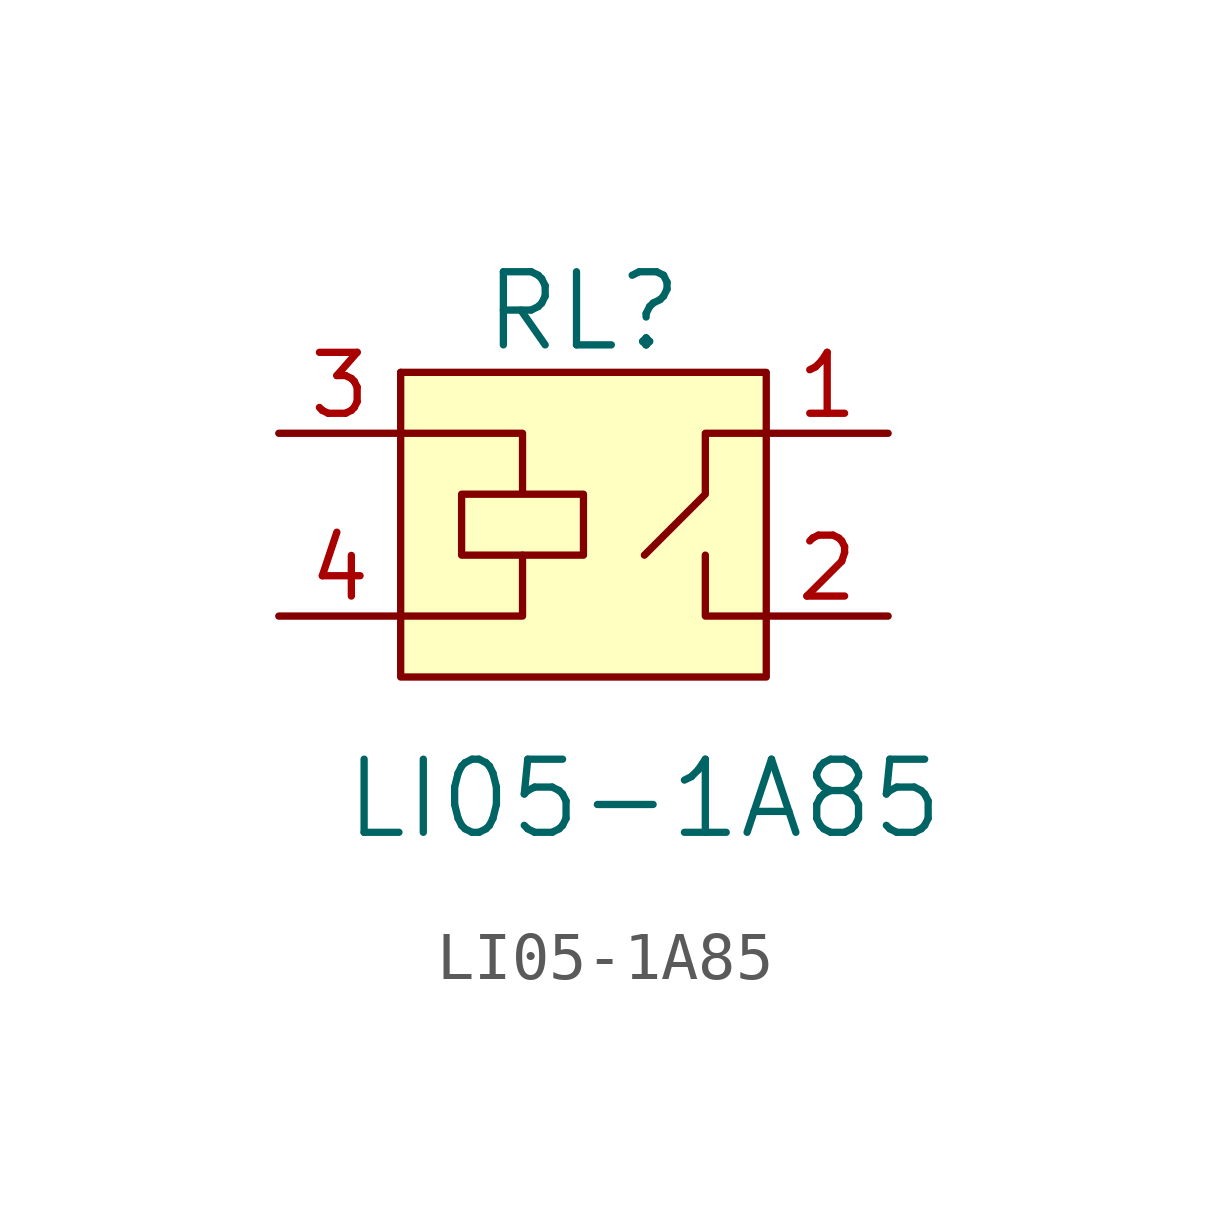
<source format=kicad_sym>
(kicad_symbol_lib
  (version 20220914)
  (generator kicad_symbol_editor)
  (symbol "LI05-1A85"
    (pin_names
      (offset 1.016))
    (property "Reference" "RL"
      (at 0 7.62 0)
      (effects (font (size 1.524 1.524))))
    (property "Value" "LI05-1A85"
      (at 1.27 -2.54 0)
      (effects (font (size 1.524 1.524))))
    (symbol "LI05-1A85_0_1"
      (rectangle (start -3.81 6.35) (end -3.81 6.35) (stroke (width 0) (type default)) (fill (type none)))
      (rectangle (start -3.81 6.35) (end 3.81 0) (stroke (width 0) (type default)) (fill (type background)))
      (polyline (pts (xy -1.27 2.54) (xy -1.27 1.27) (xy -3.81 1.27)) (stroke (width 0) (type default)) (fill (type none)))
      (polyline (pts (xy 2.54 2.54) (xy 2.54 1.27) (xy 3.81 1.27)) (stroke (width 0) (type default)) (fill (type none)))
      (polyline (pts (xy 3.81 5.08) (xy 2.54 5.08) (xy 2.54 3.81) (xy 1.27 2.54)) (stroke (width 0) (type default)) (fill (type none)))
      (polyline (pts (xy -3.81 5.08) (xy -1.27 5.08) (xy -1.27 3.81) (xy -2.54 3.81) (xy -2.54 2.54) (xy 0 2.54) (xy 0 3.81) (xy -1.27 3.81)) (stroke (width 0) (type default)) (fill (type none))))
    (symbol "LI05-1A85_1_1"
      (pin passive line (at 6.35 5.08 180) (length 2.54) (name "~" (effects (font (size 1.27 1.27)))) (number "1" (effects (font (size 1.27 1.27)))))
      (pin passive line (at 6.35 1.27 180) (length 2.54) (name "~" (effects (font (size 1.27 1.27)))) (number "2" (effects (font (size 1.27 1.27)))))
      (pin passive line (at -6.35 5.08 0) (length 2.54) (name "~" (effects (font (size 1.27 1.27)))) (number "3" (effects (font (size 1.27 1.27)))))
      (pin passive line (at -6.35 1.27 0) (length 2.54) (name "~" (effects (font (size 1.27 1.27)))) (number "4" (effects (font (size 1.27 1.27))))))))
</source>
